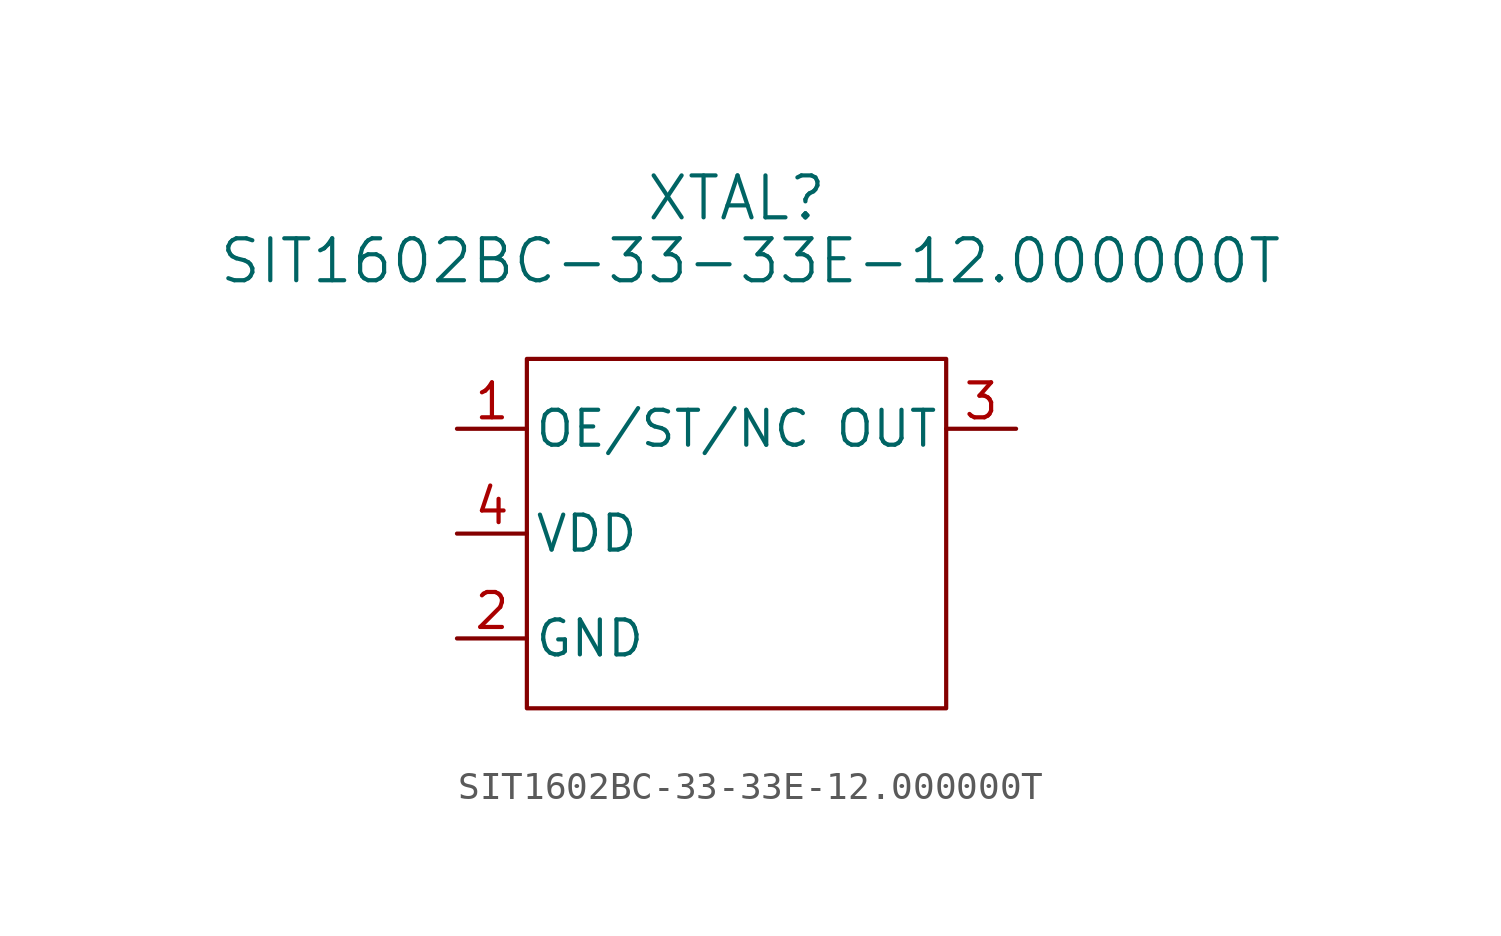
<source format=kicad_sym>
(kicad_symbol_lib
  (version 20231120)
  (generator "kicad_symbol_editor")
  (generator_version "8.0")
  (symbol "SIT1602BC-33-33E-12.000000T"
    (pin_names
      (offset 0.254))
    (property "Reference" "XTAL"
      (at 0 12.192 0)
      (effects (font (size 1.524 1.524))))
    (property "Value" "SIT1602BC-33-33E-12.000000T"
      (at 0.508 9.906 0)
      (effects (font (size 1.524 1.524))))
    (symbol "SIT1602BC-33-33E-12.000000T_0_1"
      (pin output line (at 10.16 3.81 180) (length 2.54) (name "OUT" (effects (font (size 1.27 1.27)))) (number "3" (effects (font (size 1.27 1.27)))))
      (pin power_in line (at -10.16 0 0) (length 2.54) (name "VDD" (effects (font (size 1.27 1.27)))) (number "4" (effects (font (size 1.27 1.27))))))
    (symbol "SIT1602BC-33-33E-12.000000T_1_1"
      (rectangle (start -7.62 6.35) (end 7.62 -6.35) (stroke (width 0) (type default)) (fill (type none)))
      (pin input line (at -10.16 3.81 0) (length 2.54) (name "OE/ST/NC" (effects (font (size 1.27 1.27)))) (number "1" (effects (font (size 1.27 1.27)))))
      (pin input line (at -10.16 -3.81 0) (length 2.54) (name "GND" (effects (font (size 1.27 1.27)))) (number "2" (effects (font (size 1.27 1.27))))))))
</source>
